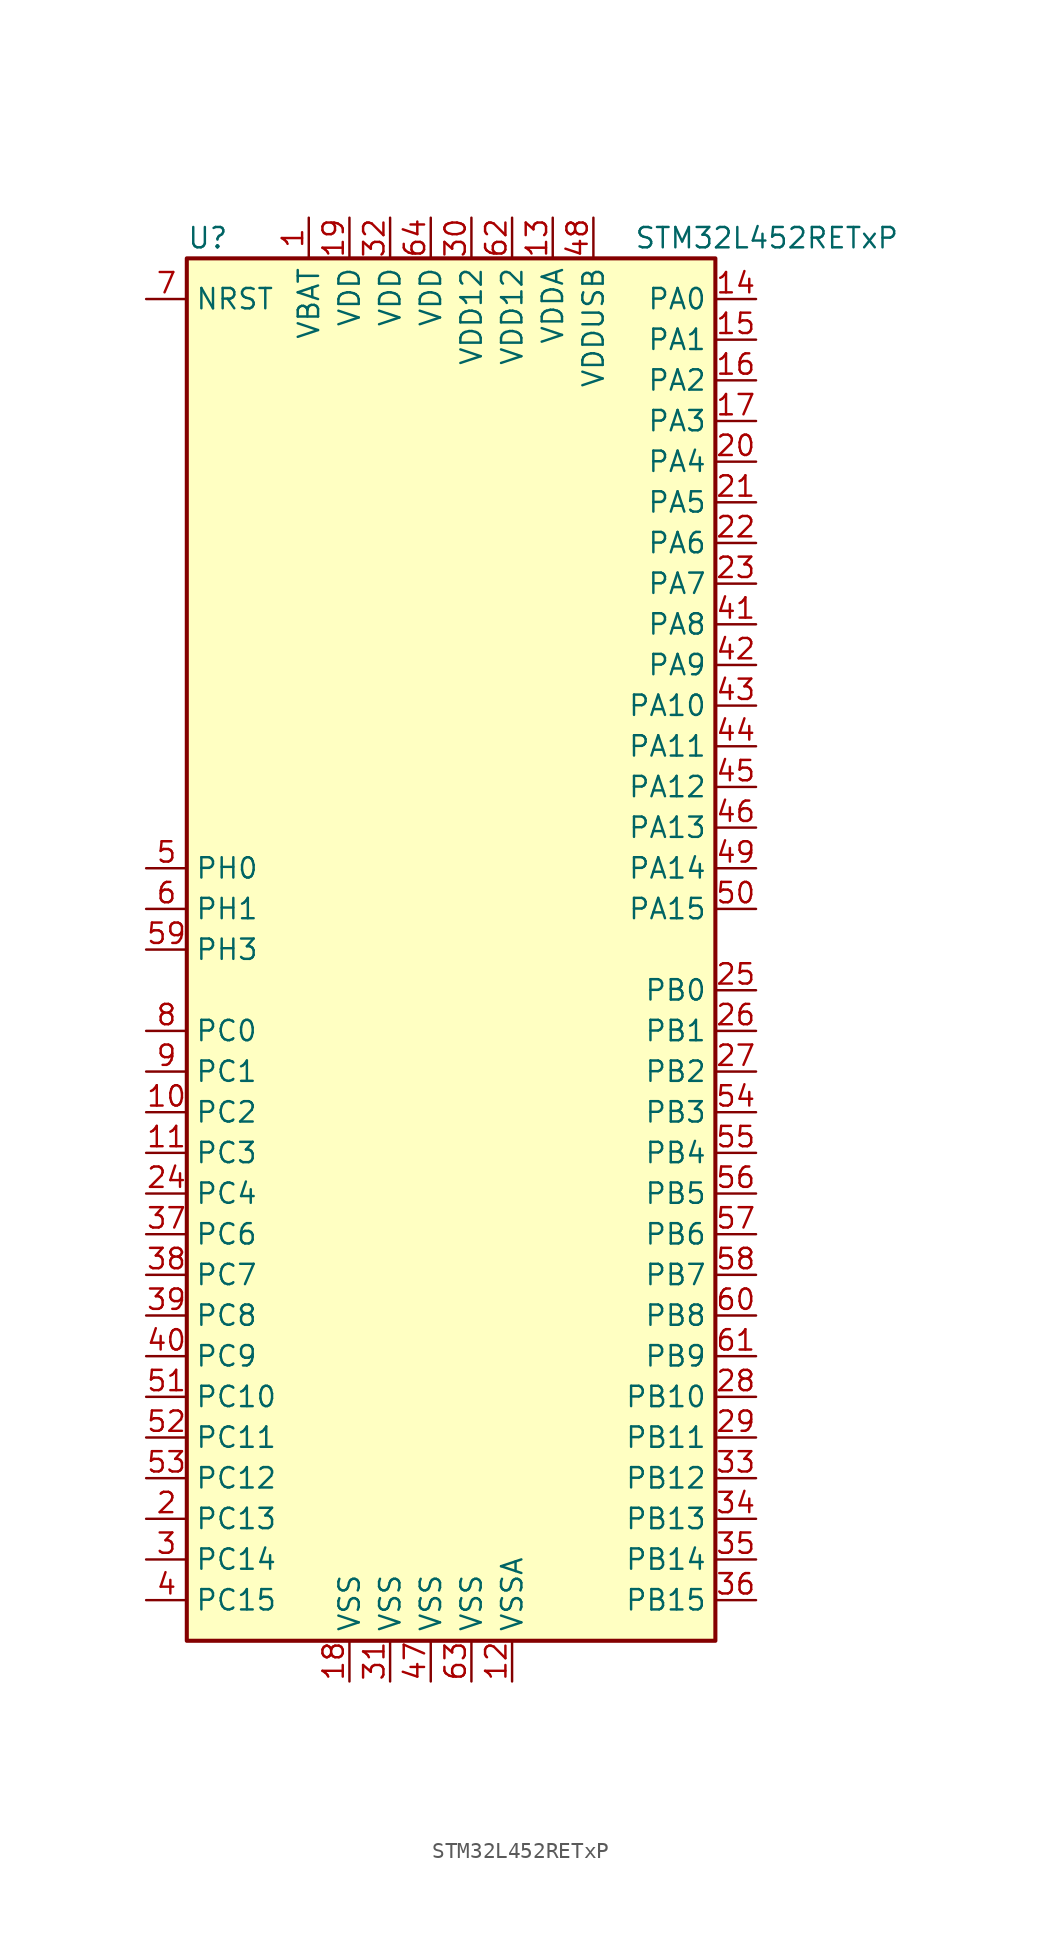
<source format=kicad_sym>
(kicad_symbol_lib
  (version 20211014)
  (generator kicad_symbol_editor)
  (symbol "STM32L452RETxP"
    (property "Reference" "U"
      (at -17.78 44.45 0)
      (effects (font (size 1.27 1.27)) (justify left)))
    (property "Value" "STM32L452RETxP"
      (at 10.16 44.45 0)
      (effects (font (size 1.27 1.27)) (justify left)))
    (symbol "STM32L452RETxP_0_1"
      (rectangle (start -17.78 -43.18) (end 15.24 43.18) (stroke (width 0.254) (type default) (color 0 0 0 0)) (fill (type background))))
    (symbol "STM32L452RETxP_1_1"
      (pin power_in line (at -10.16 45.72 270) (length 2.54) (name "VBAT" (effects (font (size 1.27 1.27)))) (number "1" (effects (font (size 1.27 1.27)))))
      (pin bidirectional line (at -20.32 -10.16 0) (length 2.54) (name "PC2" (effects (font (size 1.27 1.27)))) (number "10" (effects (font (size 1.27 1.27)))))
      (pin bidirectional line (at -20.32 -12.7 0) (length 2.54) (name "PC3" (effects (font (size 1.27 1.27)))) (number "11" (effects (font (size 1.27 1.27)))))
      (pin power_in line (at 2.54 -45.72 90) (length 2.54) (name "VSSA" (effects (font (size 1.27 1.27)))) (number "12" (effects (font (size 1.27 1.27)))))
      (pin power_in line (at 5.08 45.72 270) (length 2.54) (name "VDDA" (effects (font (size 1.27 1.27)))) (number "13" (effects (font (size 1.27 1.27)))))
      (pin bidirectional line (at 17.78 40.64 180) (length 2.54) (name "PA0" (effects (font (size 1.27 1.27)))) (number "14" (effects (font (size 1.27 1.27)))))
      (pin bidirectional line (at 17.78 38.1 180) (length 2.54) (name "PA1" (effects (font (size 1.27 1.27)))) (number "15" (effects (font (size 1.27 1.27)))))
      (pin bidirectional line (at 17.78 35.56 180) (length 2.54) (name "PA2" (effects (font (size 1.27 1.27)))) (number "16" (effects (font (size 1.27 1.27)))))
      (pin bidirectional line (at 17.78 33.02 180) (length 2.54) (name "PA3" (effects (font (size 1.27 1.27)))) (number "17" (effects (font (size 1.27 1.27)))))
      (pin power_in line (at -7.62 -45.72 90) (length 2.54) (name "VSS" (effects (font (size 1.27 1.27)))) (number "18" (effects (font (size 1.27 1.27)))))
      (pin power_in line (at -7.62 45.72 270) (length 2.54) (name "VDD" (effects (font (size 1.27 1.27)))) (number "19" (effects (font (size 1.27 1.27)))))
      (pin bidirectional line (at -20.32 -35.56 0) (length 2.54) (name "PC13" (effects (font (size 1.27 1.27)))) (number "2" (effects (font (size 1.27 1.27)))))
      (pin bidirectional line (at 17.78 30.48 180) (length 2.54) (name "PA4" (effects (font (size 1.27 1.27)))) (number "20" (effects (font (size 1.27 1.27)))))
      (pin bidirectional line (at 17.78 27.94 180) (length 2.54) (name "PA5" (effects (font (size 1.27 1.27)))) (number "21" (effects (font (size 1.27 1.27)))))
      (pin bidirectional line (at 17.78 25.4 180) (length 2.54) (name "PA6" (effects (font (size 1.27 1.27)))) (number "22" (effects (font (size 1.27 1.27)))))
      (pin bidirectional line (at 17.78 22.86 180) (length 2.54) (name "PA7" (effects (font (size 1.27 1.27)))) (number "23" (effects (font (size 1.27 1.27)))))
      (pin bidirectional line (at -20.32 -15.24 0) (length 2.54) (name "PC4" (effects (font (size 1.27 1.27)))) (number "24" (effects (font (size 1.27 1.27)))))
      (pin bidirectional line (at 17.78 -2.54 180) (length 2.54) (name "PB0" (effects (font (size 1.27 1.27)))) (number "25" (effects (font (size 1.27 1.27)))))
      (pin bidirectional line (at 17.78 -5.08 180) (length 2.54) (name "PB1" (effects (font (size 1.27 1.27)))) (number "26" (effects (font (size 1.27 1.27)))))
      (pin bidirectional line (at 17.78 -7.62 180) (length 2.54) (name "PB2" (effects (font (size 1.27 1.27)))) (number "27" (effects (font (size 1.27 1.27)))))
      (pin bidirectional line (at 17.78 -27.94 180) (length 2.54) (name "PB10" (effects (font (size 1.27 1.27)))) (number "28" (effects (font (size 1.27 1.27)))))
      (pin bidirectional line (at 17.78 -30.48 180) (length 2.54) (name "PB11" (effects (font (size 1.27 1.27)))) (number "29" (effects (font (size 1.27 1.27)))))
      (pin bidirectional line (at -20.32 -38.1 0) (length 2.54) (name "PC14" (effects (font (size 1.27 1.27)))) (number "3" (effects (font (size 1.27 1.27)))))
      (pin power_in line (at 0 45.72 270) (length 2.54) (name "VDD12" (effects (font (size 1.27 1.27)))) (number "30" (effects (font (size 1.27 1.27)))))
      (pin power_in line (at -5.08 -45.72 90) (length 2.54) (name "VSS" (effects (font (size 1.27 1.27)))) (number "31" (effects (font (size 1.27 1.27)))))
      (pin power_in line (at -5.08 45.72 270) (length 2.54) (name "VDD" (effects (font (size 1.27 1.27)))) (number "32" (effects (font (size 1.27 1.27)))))
      (pin bidirectional line (at 17.78 -33.02 180) (length 2.54) (name "PB12" (effects (font (size 1.27 1.27)))) (number "33" (effects (font (size 1.27 1.27)))))
      (pin bidirectional line (at 17.78 -35.56 180) (length 2.54) (name "PB13" (effects (font (size 1.27 1.27)))) (number "34" (effects (font (size 1.27 1.27)))))
      (pin bidirectional line (at 17.78 -38.1 180) (length 2.54) (name "PB14" (effects (font (size 1.27 1.27)))) (number "35" (effects (font (size 1.27 1.27)))))
      (pin bidirectional line (at 17.78 -40.64 180) (length 2.54) (name "PB15" (effects (font (size 1.27 1.27)))) (number "36" (effects (font (size 1.27 1.27)))))
      (pin bidirectional line (at -20.32 -17.78 0) (length 2.54) (name "PC6" (effects (font (size 1.27 1.27)))) (number "37" (effects (font (size 1.27 1.27)))))
      (pin bidirectional line (at -20.32 -20.32 0) (length 2.54) (name "PC7" (effects (font (size 1.27 1.27)))) (number "38" (effects (font (size 1.27 1.27)))))
      (pin bidirectional line (at -20.32 -22.86 0) (length 2.54) (name "PC8" (effects (font (size 1.27 1.27)))) (number "39" (effects (font (size 1.27 1.27)))))
      (pin bidirectional line (at -20.32 -40.64 0) (length 2.54) (name "PC15" (effects (font (size 1.27 1.27)))) (number "4" (effects (font (size 1.27 1.27)))))
      (pin bidirectional line (at -20.32 -25.4 0) (length 2.54) (name "PC9" (effects (font (size 1.27 1.27)))) (number "40" (effects (font (size 1.27 1.27)))))
      (pin bidirectional line (at 17.78 20.32 180) (length 2.54) (name "PA8" (effects (font (size 1.27 1.27)))) (number "41" (effects (font (size 1.27 1.27)))))
      (pin bidirectional line (at 17.78 17.78 180) (length 2.54) (name "PA9" (effects (font (size 1.27 1.27)))) (number "42" (effects (font (size 1.27 1.27)))))
      (pin bidirectional line (at 17.78 15.24 180) (length 2.54) (name "PA10" (effects (font (size 1.27 1.27)))) (number "43" (effects (font (size 1.27 1.27)))))
      (pin bidirectional line (at 17.78 12.7 180) (length 2.54) (name "PA11" (effects (font (size 1.27 1.27)))) (number "44" (effects (font (size 1.27 1.27)))))
      (pin bidirectional line (at 17.78 10.16 180) (length 2.54) (name "PA12" (effects (font (size 1.27 1.27)))) (number "45" (effects (font (size 1.27 1.27)))))
      (pin bidirectional line (at 17.78 7.62 180) (length 2.54) (name "PA13" (effects (font (size 1.27 1.27)))) (number "46" (effects (font (size 1.27 1.27)))))
      (pin power_in line (at -2.54 -45.72 90) (length 2.54) (name "VSS" (effects (font (size 1.27 1.27)))) (number "47" (effects (font (size 1.27 1.27)))))
      (pin power_in line (at 7.62 45.72 270) (length 2.54) (name "VDDUSB" (effects (font (size 1.27 1.27)))) (number "48" (effects (font (size 1.27 1.27)))))
      (pin bidirectional line (at 17.78 5.08 180) (length 2.54) (name "PA14" (effects (font (size 1.27 1.27)))) (number "49" (effects (font (size 1.27 1.27)))))
      (pin input line (at -20.32 5.08 0) (length 2.54) (name "PH0" (effects (font (size 1.27 1.27)))) (number "5" (effects (font (size 1.27 1.27)))))
      (pin bidirectional line (at 17.78 2.54 180) (length 2.54) (name "PA15" (effects (font (size 1.27 1.27)))) (number "50" (effects (font (size 1.27 1.27)))))
      (pin bidirectional line (at -20.32 -27.94 0) (length 2.54) (name "PC10" (effects (font (size 1.27 1.27)))) (number "51" (effects (font (size 1.27 1.27)))))
      (pin bidirectional line (at -20.32 -30.48 0) (length 2.54) (name "PC11" (effects (font (size 1.27 1.27)))) (number "52" (effects (font (size 1.27 1.27)))))
      (pin bidirectional line (at -20.32 -33.02 0) (length 2.54) (name "PC12" (effects (font (size 1.27 1.27)))) (number "53" (effects (font (size 1.27 1.27)))))
      (pin bidirectional line (at 17.78 -10.16 180) (length 2.54) (name "PB3" (effects (font (size 1.27 1.27)))) (number "54" (effects (font (size 1.27 1.27)))))
      (pin bidirectional line (at 17.78 -12.7 180) (length 2.54) (name "PB4" (effects (font (size 1.27 1.27)))) (number "55" (effects (font (size 1.27 1.27)))))
      (pin bidirectional line (at 17.78 -15.24 180) (length 2.54) (name "PB5" (effects (font (size 1.27 1.27)))) (number "56" (effects (font (size 1.27 1.27)))))
      (pin bidirectional line (at 17.78 -17.78 180) (length 2.54) (name "PB6" (effects (font (size 1.27 1.27)))) (number "57" (effects (font (size 1.27 1.27)))))
      (pin bidirectional line (at 17.78 -20.32 180) (length 2.54) (name "PB7" (effects (font (size 1.27 1.27)))) (number "58" (effects (font (size 1.27 1.27)))))
      (pin bidirectional line (at -20.32 0 0) (length 2.54) (name "PH3" (effects (font (size 1.27 1.27)))) (number "59" (effects (font (size 1.27 1.27)))))
      (pin input line (at -20.32 2.54 0) (length 2.54) (name "PH1" (effects (font (size 1.27 1.27)))) (number "6" (effects (font (size 1.27 1.27)))))
      (pin bidirectional line (at 17.78 -22.86 180) (length 2.54) (name "PB8" (effects (font (size 1.27 1.27)))) (number "60" (effects (font (size 1.27 1.27)))))
      (pin bidirectional line (at 17.78 -25.4 180) (length 2.54) (name "PB9" (effects (font (size 1.27 1.27)))) (number "61" (effects (font (size 1.27 1.27)))))
      (pin power_in line (at 2.54 45.72 270) (length 2.54) (name "VDD12" (effects (font (size 1.27 1.27)))) (number "62" (effects (font (size 1.27 1.27)))))
      (pin power_in line (at 0 -45.72 90) (length 2.54) (name "VSS" (effects (font (size 1.27 1.27)))) (number "63" (effects (font (size 1.27 1.27)))))
      (pin power_in line (at -2.54 45.72 270) (length 2.54) (name "VDD" (effects (font (size 1.27 1.27)))) (number "64" (effects (font (size 1.27 1.27)))))
      (pin input line (at -20.32 40.64 0) (length 2.54) (name "NRST" (effects (font (size 1.27 1.27)))) (number "7" (effects (font (size 1.27 1.27)))))
      (pin bidirectional line (at -20.32 -5.08 0) (length 2.54) (name "PC0" (effects (font (size 1.27 1.27)))) (number "8" (effects (font (size 1.27 1.27)))))
      (pin bidirectional line (at -20.32 -7.62 0) (length 2.54) (name "PC1" (effects (font (size 1.27 1.27)))) (number "9" (effects (font (size 1.27 1.27))))))))
</source>
